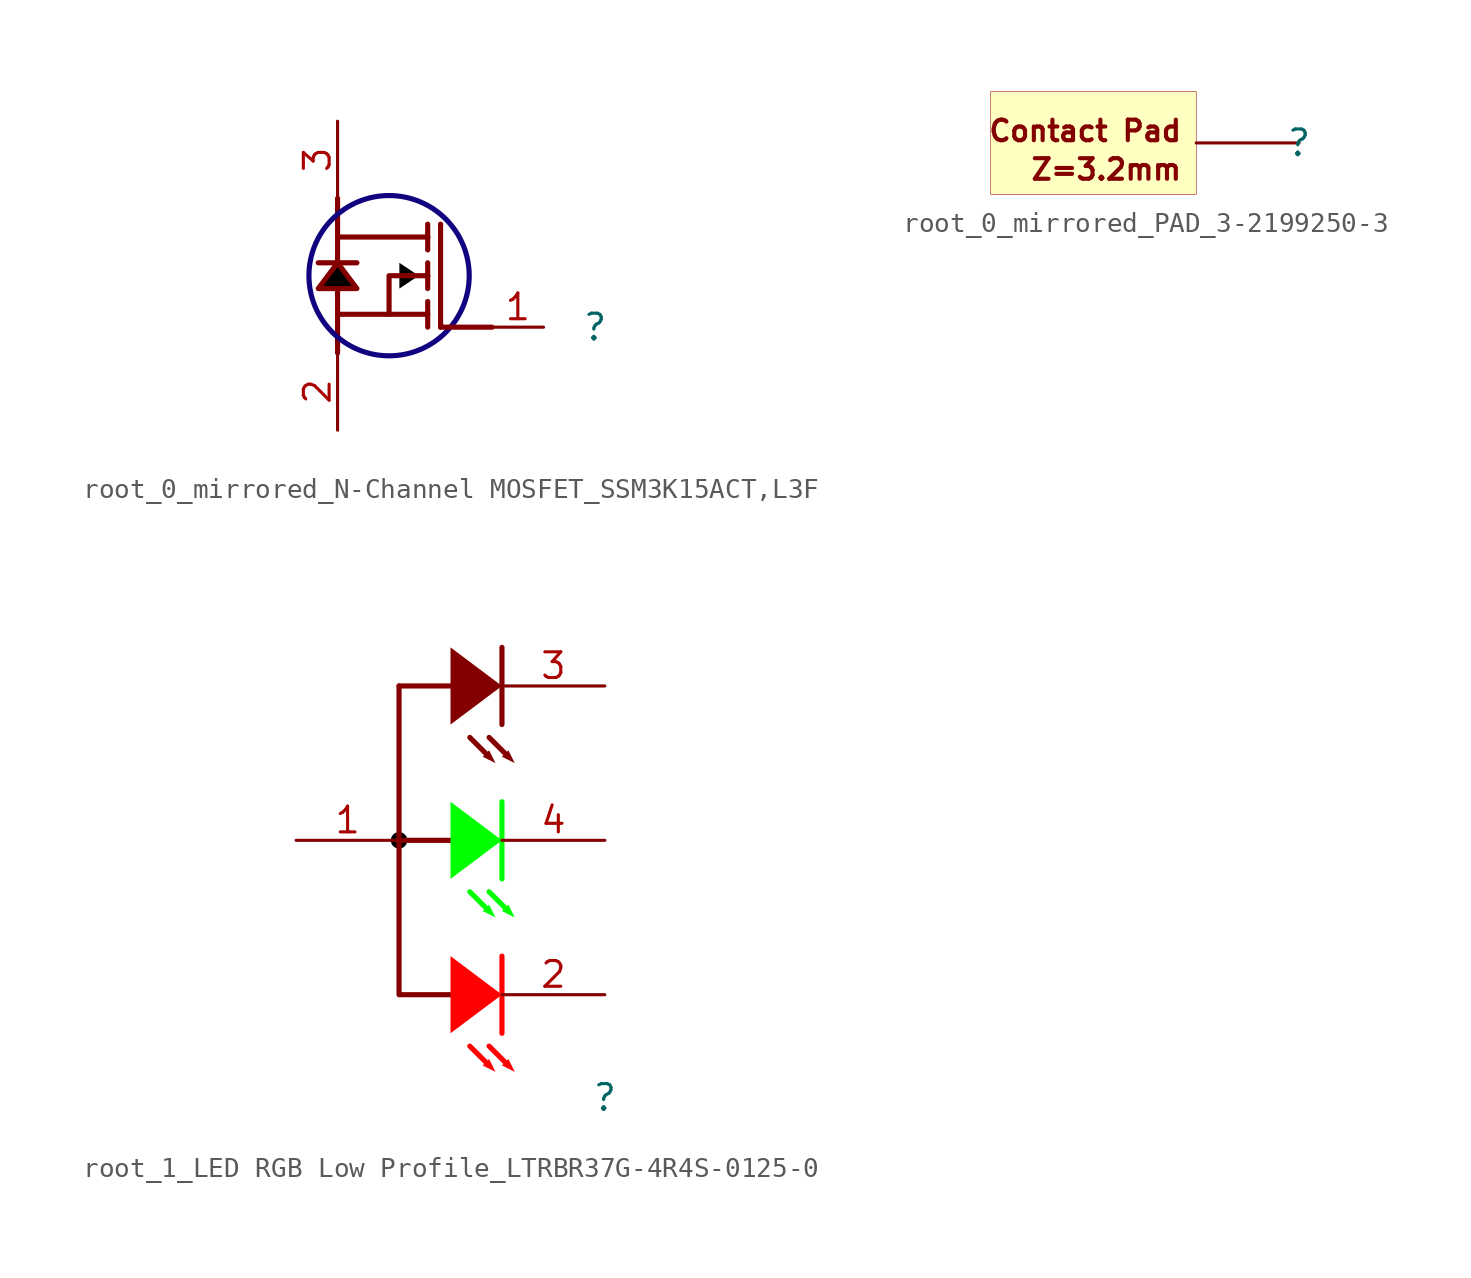
<source format=kicad_sym>
(kicad_symbol_lib
  (version 20231120)
  (generator "kicad_symbol_editor")
  (generator_version "8.0")
  (symbol "root_0_mirrored_N-Channel MOSFET_SSM3K15ACT,L3F"
    (property "Reference" ""
      (at 0 0 0)
      (effects (font (size 1.27 1.27))))
    (property "Value" ""
      (at 0 0 0)
      (effects (font (size 1.27 1.27))))
    (symbol "root_0_mirrored_N-Channel MOSFET_SSM3K15ACT,L3F_1_0"
      (circle (center -10.16 2.54) (radius 3.952) (stroke (width 0.254) (type solid) (color 17 3 127 1)) (fill (type none)))
      (polyline (pts (xy -12.7 0) (xy -12.7 -1.27)) (stroke (width 0.254) (type solid)) (fill (type none)))
      (polyline (pts (xy -12.7 0.635) (xy -12.7 0)) (stroke (width 0.254) (type solid)) (fill (type none)))
      (polyline (pts (xy -12.7 0.635) (xy -12.7 1.905)) (stroke (width 0.254) (type solid)) (fill (type none)))
      (polyline (pts (xy -12.7 3.175) (xy -13.652 3.175)) (stroke (width 0.254) (type solid)) (fill (type none)))
      (polyline (pts (xy -12.7 3.175) (xy -11.747 3.175)) (stroke (width 0.254) (type solid)) (fill (type none)))
      (polyline (pts (xy -12.7 4.445) (xy -12.7 3.175)) (stroke (width 0.254) (type solid)) (fill (type none)))
      (polyline (pts (xy -12.7 4.445) (xy -12.7 5.08)) (stroke (width 0.254) (type solid)) (fill (type none)))
      (polyline (pts (xy -12.7 5.08) (xy -12.7 6.35)) (stroke (width 0.254) (type solid)) (fill (type none)))
      (polyline (pts (xy -10.16 0.635) (xy -12.7 0.635)) (stroke (width 0.254) (type solid)) (fill (type none)))
      (polyline (pts (xy -8.255 0.635) (xy -8.255 0)) (stroke (width 0.254) (type solid)) (fill (type none)))
      (polyline (pts (xy -8.255 0.635) (xy -8.255 1.27)) (stroke (width 0.254) (type solid)) (fill (type none)))
      (polyline (pts (xy -8.255 2.54) (xy -8.255 1.905)) (stroke (width 0.254) (type solid)) (fill (type none)))
      (polyline (pts (xy -8.255 2.54) (xy -8.255 3.175)) (stroke (width 0.254) (type solid)) (fill (type none)))
      (polyline (pts (xy -8.255 4.445) (xy -12.7 4.445)) (stroke (width 0.254) (type solid)) (fill (type none)))
      (polyline (pts (xy -8.255 4.445) (xy -8.255 3.81)) (stroke (width 0.254) (type solid)) (fill (type none)))
      (polyline (pts (xy -8.255 4.445) (xy -8.255 5.08)) (stroke (width 0.254) (type solid)) (fill (type none)))
      (polyline (pts (xy -7.62 0) (xy -7.62 5.08)) (stroke (width 0.254) (type solid)) (fill (type none)))
      (polyline (pts (xy -5.08 0) (xy -7.62 0)) (stroke (width 0.254) (type solid)) (fill (type none)))
      (polyline (pts (xy -12.7 1.905) (xy -13.652 1.905) (xy -12.7 3.175)) (stroke (width 0.254) (type solid)) (fill (type none)))
      (polyline (pts (xy -12.7 1.905) (xy -11.747 1.905) (xy -12.7 3.175)) (stroke (width 0.254) (type solid)) (fill (type none)))
      (polyline (pts (xy -13.652 1.905) (xy -11.747 1.905) (xy -12.7 3.175) (xy -13.652 1.905)) (stroke (width -0.0001) (type solid) (color 0 0 0 1)) (fill (type outline)))
      (polyline (pts (xy -8.255 2.54) (xy -10.16 2.54) (xy -10.16 0.635) (xy -8.255 0.635)) (stroke (width 0.254) (type solid)) (fill (type none)))
      (polyline (pts (xy -9.652 2.54) (xy -9.652 1.905) (xy -8.699 2.54) (xy -9.652 3.175) (xy -9.652 2.54)) (stroke (width -0.0001) (type solid) (color 0 0 0 1)) (fill (type outline)))
      (pin passive line (at -2.54 0 180) (length 2.54) (name "G" (effects (font (size 0 0)))) (number "1" (effects (font (size 1.27 1.27)))))
      (pin passive line (at -12.7 -5.08 90) (length 3.81) (name "S" (effects (font (size 0 0)))) (number "2" (effects (font (size 1.27 1.27)))))
      (pin passive line (at -12.7 10.16 270) (length 3.81) (name "D" (effects (font (size 0 0)))) (number "3" (effects (font (size 1.27 1.27)))))))
  (symbol "root_0_mirrored_PAD_3-2199250-3"
    (property "Reference" ""
      (at 0 0 0)
      (effects (font (size 1.27 1.27))))
    (property "Value" ""
      (at 0 0 0)
      (effects (font (size 1.27 1.27))))
    (symbol "root_0_mirrored_PAD_3-2199250-3_1_0"
      (rectangle (start -5.08 2.54) (end -15.24 -2.54) (stroke (width 0.025) (type solid) (color 152 0 0 1)) (fill (type background)))
      (text "Contact Pad" (at -5.715 0 0) (effects (font (size 1.016 1.016) (bold yes)) (justify right bottom)))
      (text "Z=3.2mm" (at -5.715 -1.905 0) (effects (font (size 1.016 1.016) (bold yes)) (justify right bottom)))
      (pin passive line (at 0 0 180) (length 5.08) (name "1" (effects (font (size 0 0)))) (number "1" (effects (font (size 0 0)))))))
  (symbol "root_1_LED RGB Low Profile_LTRBR37G-4R4S-0125-0"
    (property "Reference" ""
      (at 0 0 0)
      (effects (font (size 1.27 1.27))))
    (property "Value" ""
      (at 0 0 0)
      (effects (font (size 1.27 1.27))))
    (symbol "root_1_LED RGB Low Profile_LTRBR37G-4R4S-0125-0_1_0"
      (circle (center -10.16 12.7) (radius 0.28) (stroke (width 0.254) (type solid) (color 0 0 0 1)) (fill (type none)))
      (polyline (pts (xy -10.16 20.32) (xy -7.62 20.32)) (stroke (width 0.254) (type solid)) (fill (type none)))
      (polyline (pts (xy -7.62 12.7) (xy -10.16 12.7)) (stroke (width 0.254) (type solid)) (fill (type none)))
      (polyline (pts (xy -6.667 2.54) (xy -5.715 1.588)) (stroke (width 0.254) (type solid) (color 255 0 0 1)) (fill (type none)))
      (polyline (pts (xy -6.667 10.16) (xy -5.715 9.208)) (stroke (width 0.254) (type solid) (color 0 255 0 1)) (fill (type none)))
      (polyline (pts (xy -6.667 17.78) (xy -5.715 16.828)) (stroke (width 0.254) (type solid)) (fill (type none)))
      (polyline (pts (xy -5.715 2.54) (xy -4.762 1.588)) (stroke (width 0.254) (type solid) (color 255 0 0 1)) (fill (type none)))
      (polyline (pts (xy -5.715 10.16) (xy -4.762 9.208)) (stroke (width 0.254) (type solid) (color 0 255 0 1)) (fill (type none)))
      (polyline (pts (xy -5.715 17.78) (xy -4.762 16.828)) (stroke (width 0.254) (type solid)) (fill (type none)))
      (polyline (pts (xy -5.08 6.985) (xy -5.08 3.175)) (stroke (width 0.254) (type solid) (color 255 0 0 1)) (fill (type none)))
      (polyline (pts (xy -5.08 14.605) (xy -5.08 10.795)) (stroke (width 0.254) (type solid) (color 0 255 0 1)) (fill (type none)))
      (polyline (pts (xy -5.08 22.225) (xy -5.08 18.415)) (stroke (width 0.254) (type solid)) (fill (type none)))
      (polyline (pts (xy -7.62 5.08) (xy -10.16 5.08) (xy -10.16 20.32)) (stroke (width 0.254) (type solid)) (fill (type none)))
      (polyline (pts (xy -7.62 3.175) (xy -7.62 6.985) (xy -5.08 5.08) (xy -7.62 3.175)) (stroke (width -0.0001) (type solid) (color 255 0 0 1)) (fill (type outline)))
      (polyline (pts (xy -7.62 10.795) (xy -7.62 14.605) (xy -5.08 12.7) (xy -7.62 10.795)) (stroke (width -0.0001) (type solid) (color 0 255 0 1)) (fill (type outline)))
      (polyline (pts (xy -7.62 18.415) (xy -7.62 22.225) (xy -5.08 20.32) (xy -7.62 18.415)) (stroke (width -0.0001) (type solid)) (fill (type outline)))
      (polyline (pts (xy -5.397 1.27) (xy -5.715 1.905) (xy -6.032 1.588) (xy -5.397 1.27)) (stroke (width -0.0001) (type solid) (color 255 0 0 1)) (fill (type outline)))
      (polyline (pts (xy -5.397 8.89) (xy -5.715 9.525) (xy -6.032 9.208) (xy -5.397 8.89)) (stroke (width -0.0001) (type solid) (color 0 255 0 1)) (fill (type outline)))
      (polyline (pts (xy -5.397 16.51) (xy -5.715 17.145) (xy -6.032 16.828) (xy -5.397 16.51)) (stroke (width -0.0001) (type solid)) (fill (type outline)))
      (polyline (pts (xy -4.445 1.27) (xy -4.762 1.905) (xy -5.08 1.588) (xy -4.445 1.27)) (stroke (width -0.0001) (type solid) (color 255 0 0 1)) (fill (type outline)))
      (polyline (pts (xy -4.445 8.89) (xy -4.762 9.525) (xy -5.08 9.208) (xy -4.445 8.89)) (stroke (width -0.0001) (type solid) (color 0 255 0 1)) (fill (type outline)))
      (polyline (pts (xy -4.445 16.51) (xy -4.762 17.145) (xy -5.08 16.828) (xy -4.445 16.51)) (stroke (width -0.0001) (type solid)) (fill (type outline)))
      (pin passive line (at -15.24 12.7 0) (length 5.08) (name "1" (effects (font (size 0 0)))) (number "1" (effects (font (size 1.27 1.27)))))
      (pin passive line (at 0 5.08 180) (length 5.08) (name "2" (effects (font (size 0 0)))) (number "2" (effects (font (size 1.27 1.27)))))
      (pin passive line (at 0 20.32 180) (length 5.08) (name "3" (effects (font (size 0 0)))) (number "3" (effects (font (size 1.27 1.27)))))
      (pin passive line (at 0 12.7 180) (length 5.08) (name "4" (effects (font (size 0 0)))) (number "4" (effects (font (size 1.27 1.27))))))))
</source>
